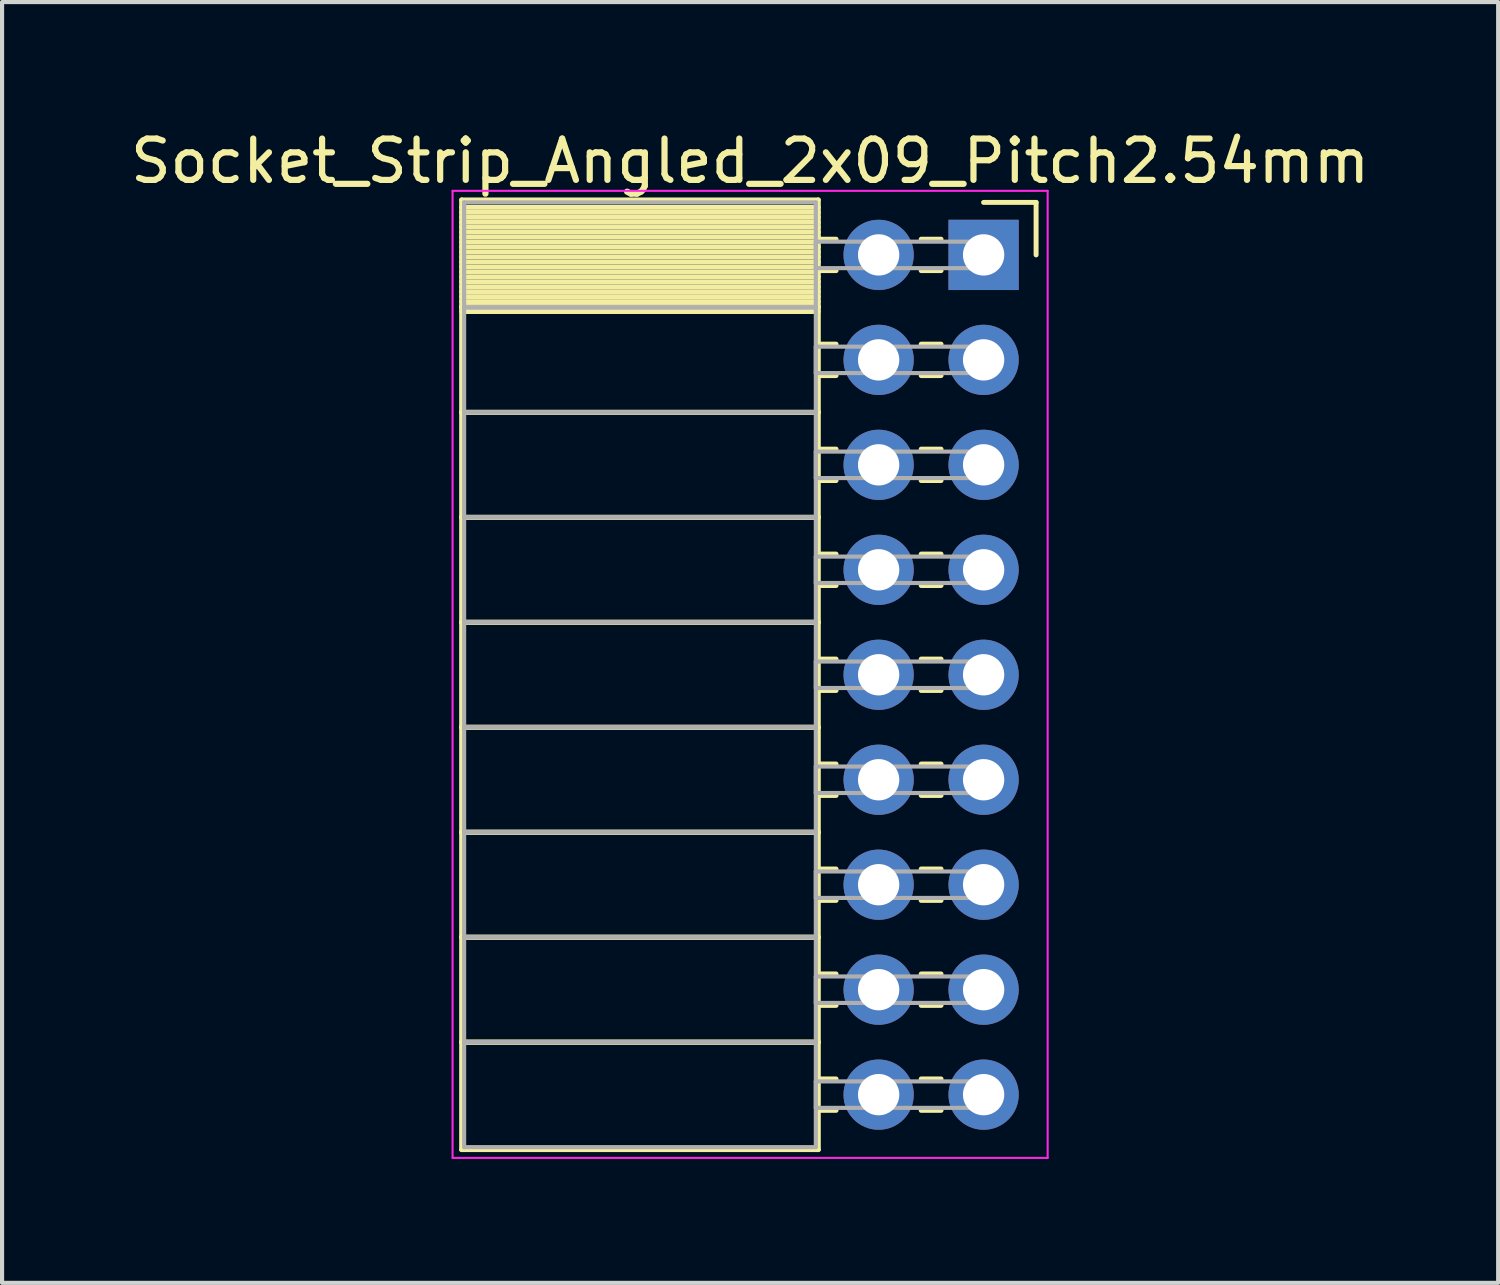
<source format=kicad_pcb>
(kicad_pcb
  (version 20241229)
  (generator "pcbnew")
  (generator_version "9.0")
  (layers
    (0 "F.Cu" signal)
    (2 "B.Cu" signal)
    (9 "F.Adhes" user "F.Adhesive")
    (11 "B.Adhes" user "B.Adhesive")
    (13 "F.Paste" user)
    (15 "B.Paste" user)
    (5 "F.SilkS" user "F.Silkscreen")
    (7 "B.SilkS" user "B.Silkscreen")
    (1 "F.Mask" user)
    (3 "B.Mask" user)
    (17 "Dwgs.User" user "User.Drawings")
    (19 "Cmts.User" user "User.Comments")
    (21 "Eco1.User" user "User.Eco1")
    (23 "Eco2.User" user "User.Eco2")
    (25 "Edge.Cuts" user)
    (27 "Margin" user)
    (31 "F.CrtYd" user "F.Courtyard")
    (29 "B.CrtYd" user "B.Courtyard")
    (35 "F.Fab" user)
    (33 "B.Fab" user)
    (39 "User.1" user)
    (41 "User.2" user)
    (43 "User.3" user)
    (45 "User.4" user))
  (footprint "Socket_Strip_Angled_2x09_Pitch2.54mm"
    (layer "F.Cu")
    (at 20.751 3.118)
    (property "Reference" "Socket_Strip_Angled_2x09_Pitch2.54mm" (at -5.65 -2.27 0) (layer "F.SilkS") (effects (font (size 1 1) (thickness 0.15))))
    (attr through_hole)
    (fp_line (start -12.63 -1.33) (end -4 -1.33) (stroke (width 0.12) (type solid)) (layer "F.SilkS"))
    (fp_line (start -12.63 1.27) (end -12.63 -1.33) (stroke (width 0.12) (type solid)) (layer "F.SilkS"))
    (fp_line (start -12.63 1.27) (end -4 1.27) (stroke (width 0.12) (type solid)) (layer "F.SilkS"))
    (fp_line (start -12.63 3.81) (end -12.63 1.27) (stroke (width 0.12) (type solid)) (layer "F.SilkS"))
    (fp_line (start -12.63 3.81) (end -4 3.81) (stroke (width 0.12) (type solid)) (layer "F.SilkS"))
    (fp_line (start -12.63 6.35) (end -12.63 3.81) (stroke (width 0.12) (type solid)) (layer "F.SilkS"))
    (fp_line (start -12.63 6.35) (end -4 6.35) (stroke (width 0.12) (type solid)) (layer "F.SilkS"))
    (fp_line (start -12.63 8.89) (end -12.63 6.35) (stroke (width 0.12) (type solid)) (layer "F.SilkS"))
    (fp_line (start -12.63 8.89) (end -4 8.89) (stroke (width 0.12) (type solid)) (layer "F.SilkS"))
    (fp_line (start -12.63 11.43) (end -12.63 8.89) (stroke (width 0.12) (type solid)) (layer "F.SilkS"))
    (fp_line (start -12.63 11.43) (end -4 11.43) (stroke (width 0.12) (type solid)) (layer "F.SilkS"))
    (fp_line (start -12.63 13.97) (end -12.63 11.43) (stroke (width 0.12) (type solid)) (layer "F.SilkS"))
    (fp_line (start -12.63 13.97) (end -4 13.97) (stroke (width 0.12) (type solid)) (layer "F.SilkS"))
    (fp_line (start -12.63 16.51) (end -12.63 13.97) (stroke (width 0.12) (type solid)) (layer "F.SilkS"))
    (fp_line (start -12.63 16.51) (end -4 16.51) (stroke (width 0.12) (type solid)) (layer "F.SilkS"))
    (fp_line (start -12.63 19.05) (end -12.63 16.51) (stroke (width 0.12) (type solid)) (layer "F.SilkS"))
    (fp_line (start -12.63 19.05) (end -4 19.05) (stroke (width 0.12) (type solid)) (layer "F.SilkS"))
    (fp_line (start -12.63 21.65) (end -12.63 19.05) (stroke (width 0.12) (type solid)) (layer "F.SilkS"))
    (fp_line (start -4 -1.33) (end -4 1.27) (stroke (width 0.12) (type solid)) (layer "F.SilkS"))
    (fp_line (start -4 -1.15) (end -12.63 -1.15) (stroke (width 0.12) (type solid)) (layer "F.SilkS"))
    (fp_line (start -4 -1.03) (end -12.63 -1.03) (stroke (width 0.12) (type solid)) (layer "F.SilkS"))
    (fp_line (start -4 -0.91) (end -12.63 -0.91) (stroke (width 0.12) (type solid)) (layer "F.SilkS"))
    (fp_line (start -4 -0.79) (end -12.63 -0.79) (stroke (width 0.12) (type solid)) (layer "F.SilkS"))
    (fp_line (start -4 -0.67) (end -12.63 -0.67) (stroke (width 0.12) (type solid)) (layer "F.SilkS"))
    (fp_line (start -4 -0.55) (end -12.63 -0.55) (stroke (width 0.12) (type solid)) (layer "F.SilkS"))
    (fp_line (start -4 -0.43) (end -12.63 -0.43) (stroke (width 0.12) (type solid)) (layer "F.SilkS"))
    (fp_line (start -4 -0.31) (end -12.63 -0.31) (stroke (width 0.12) (type solid)) (layer "F.SilkS"))
    (fp_line (start -4 -0.19) (end -12.63 -0.19) (stroke (width 0.12) (type solid)) (layer "F.SilkS"))
    (fp_line (start -4 -0.07) (end -12.63 -0.07) (stroke (width 0.12) (type solid)) (layer "F.SilkS"))
    (fp_line (start -4 0.05) (end -12.63 0.05) (stroke (width 0.12) (type solid)) (layer "F.SilkS"))
    (fp_line (start -4 0.17) (end -12.63 0.17) (stroke (width 0.12) (type solid)) (layer "F.SilkS"))
    (fp_line (start -4 0.29) (end -12.63 0.29) (stroke (width 0.12) (type solid)) (layer "F.SilkS"))
    (fp_line (start -4 0.41) (end -12.63 0.41) (stroke (width 0.12) (type solid)) (layer "F.SilkS"))
    (fp_line (start -4 0.53) (end -12.63 0.53) (stroke (width 0.12) (type solid)) (layer "F.SilkS"))
    (fp_line (start -4 0.65) (end -12.63 0.65) (stroke (width 0.12) (type solid)) (layer "F.SilkS"))
    (fp_line (start -4 0.77) (end -12.63 0.77) (stroke (width 0.12) (type solid)) (layer "F.SilkS"))
    (fp_line (start -4 0.89) (end -12.63 0.89) (stroke (width 0.12) (type solid)) (layer "F.SilkS"))
    (fp_line (start -4 1.01) (end -12.63 1.01) (stroke (width 0.12) (type solid)) (layer "F.SilkS"))
    (fp_line (start -4 1.13) (end -12.63 1.13) (stroke (width 0.12) (type solid)) (layer "F.SilkS"))
    (fp_line (start -4 1.25) (end -12.63 1.25) (stroke (width 0.12) (type solid)) (layer "F.SilkS"))
    (fp_line (start -4 1.27) (end -12.63 1.27) (stroke (width 0.12) (type solid)) (layer "F.SilkS"))
    (fp_line (start -4 1.27) (end -4 3.81) (stroke (width 0.12) (type solid)) (layer "F.SilkS"))
    (fp_line (start -4 1.37) (end -12.63 1.37) (stroke (width 0.12) (type solid)) (layer "F.SilkS"))
    (fp_line (start -4 3.81) (end -12.63 3.81) (stroke (width 0.12) (type solid)) (layer "F.SilkS"))
    (fp_line (start -4 3.81) (end -4 6.35) (stroke (width 0.12) (type solid)) (layer "F.SilkS"))
    (fp_line (start -4 6.35) (end -12.63 6.35) (stroke (width 0.12) (type solid)) (layer "F.SilkS"))
    (fp_line (start -4 6.35) (end -4 8.89) (stroke (width 0.12) (type solid)) (layer "F.SilkS"))
    (fp_line (start -4 8.89) (end -12.63 8.89) (stroke (width 0.12) (type solid)) (layer "F.SilkS"))
    (fp_line (start -4 8.89) (end -4 11.43) (stroke (width 0.12) (type solid)) (layer "F.SilkS"))
    (fp_line (start -4 11.43) (end -12.63 11.43) (stroke (width 0.12) (type solid)) (layer "F.SilkS"))
    (fp_line (start -4 11.43) (end -4 13.97) (stroke (width 0.12) (type solid)) (layer "F.SilkS"))
    (fp_line (start -4 13.97) (end -12.63 13.97) (stroke (width 0.12) (type solid)) (layer "F.SilkS"))
    (fp_line (start -4 13.97) (end -4 16.51) (stroke (width 0.12) (type solid)) (layer "F.SilkS"))
    (fp_line (start -4 16.51) (end -12.63 16.51) (stroke (width 0.12) (type solid)) (layer "F.SilkS"))
    (fp_line (start -4 16.51) (end -4 19.05) (stroke (width 0.12) (type solid)) (layer "F.SilkS"))
    (fp_line (start -4 19.05) (end -12.63 19.05) (stroke (width 0.12) (type solid)) (layer "F.SilkS"))
    (fp_line (start -4 19.05) (end -4 21.65) (stroke (width 0.12) (type solid)) (layer "F.SilkS"))
    (fp_line (start -4 21.65) (end -12.63 21.65) (stroke (width 0.12) (type solid)) (layer "F.SilkS"))
    (fp_line (start -3.57 -0.38) (end -4 -0.38) (stroke (width 0.12) (type solid)) (layer "F.SilkS"))
    (fp_line (start -3.57 0.38) (end -4 0.38) (stroke (width 0.12) (type solid)) (layer "F.SilkS"))
    (fp_line (start -3.57 2.16) (end -4 2.16) (stroke (width 0.12) (type solid)) (layer "F.SilkS"))
    (fp_line (start -3.57 2.92) (end -4 2.92) (stroke (width 0.12) (type solid)) (layer "F.SilkS"))
    (fp_line (start -3.57 4.7) (end -4 4.7) (stroke (width 0.12) (type solid)) (layer "F.SilkS"))
    (fp_line (start -3.57 5.46) (end -4 5.46) (stroke (width 0.12) (type solid)) (layer "F.SilkS"))
    (fp_line (start -3.57 7.24) (end -4 7.24) (stroke (width 0.12) (type solid)) (layer "F.SilkS"))
    (fp_line (start -3.57 8) (end -4 8) (stroke (width 0.12) (type solid)) (layer "F.SilkS"))
    (fp_line (start -3.57 9.78) (end -4 9.78) (stroke (width 0.12) (type solid)) (layer "F.SilkS"))
    (fp_line (start -3.57 10.54) (end -4 10.54) (stroke (width 0.12) (type solid)) (layer "F.SilkS"))
    (fp_line (start -3.57 12.32) (end -4 12.32) (stroke (width 0.12) (type solid)) (layer "F.SilkS"))
    (fp_line (start -3.57 13.08) (end -4 13.08) (stroke (width 0.12) (type solid)) (layer "F.SilkS"))
    (fp_line (start -3.57 14.86) (end -4 14.86) (stroke (width 0.12) (type solid)) (layer "F.SilkS"))
    (fp_line (start -3.57 15.62) (end -4 15.62) (stroke (width 0.12) (type solid)) (layer "F.SilkS"))
    (fp_line (start -3.57 17.4) (end -4 17.4) (stroke (width 0.12) (type solid)) (layer "F.SilkS"))
    (fp_line (start -3.57 18.16) (end -4 18.16) (stroke (width 0.12) (type solid)) (layer "F.SilkS"))
    (fp_line (start -3.57 19.94) (end -4 19.94) (stroke (width 0.12) (type solid)) (layer "F.SilkS"))
    (fp_line (start -3.57 20.7) (end -4 20.7) (stroke (width 0.12) (type solid)) (layer "F.SilkS"))
    (fp_line (start -1.03 -0.38) (end -1.51 -0.38) (stroke (width 0.12) (type solid)) (layer "F.SilkS"))
    (fp_line (start -1.03 0.38) (end -1.51 0.38) (stroke (width 0.12) (type solid)) (layer "F.SilkS"))
    (fp_line (start -1.03 2.16) (end -1.51 2.16) (stroke (width 0.12) (type solid)) (layer "F.SilkS"))
    (fp_line (start -1.03 2.92) (end -1.51 2.92) (stroke (width 0.12) (type solid)) (layer "F.SilkS"))
    (fp_line (start -1.03 4.7) (end -1.51 4.7) (stroke (width 0.12) (type solid)) (layer "F.SilkS"))
    (fp_line (start -1.03 5.46) (end -1.51 5.46) (stroke (width 0.12) (type solid)) (layer "F.SilkS"))
    (fp_line (start -1.03 7.24) (end -1.51 7.24) (stroke (width 0.12) (type solid)) (layer "F.SilkS"))
    (fp_line (start -1.03 8) (end -1.51 8) (stroke (width 0.12) (type solid)) (layer "F.SilkS"))
    (fp_line (start -1.03 9.78) (end -1.51 9.78) (stroke (width 0.12) (type solid)) (layer "F.SilkS"))
    (fp_line (start -1.03 10.54) (end -1.51 10.54) (stroke (width 0.12) (type solid)) (layer "F.SilkS"))
    (fp_line (start -1.03 12.32) (end -1.51 12.32) (stroke (width 0.12) (type solid)) (layer "F.SilkS"))
    (fp_line (start -1.03 13.08) (end -1.51 13.08) (stroke (width 0.12) (type solid)) (layer "F.SilkS"))
    (fp_line (start -1.03 14.86) (end -1.51 14.86) (stroke (width 0.12) (type solid)) (layer "F.SilkS"))
    (fp_line (start -1.03 15.62) (end -1.51 15.62) (stroke (width 0.12) (type solid)) (layer "F.SilkS"))
    (fp_line (start -1.03 17.4) (end -1.51 17.4) (stroke (width 0.12) (type solid)) (layer "F.SilkS"))
    (fp_line (start -1.03 18.16) (end -1.51 18.16) (stroke (width 0.12) (type solid)) (layer "F.SilkS"))
    (fp_line (start -1.03 19.94) (end -1.51 19.94) (stroke (width 0.12) (type solid)) (layer "F.SilkS"))
    (fp_line (start -1.03 20.7) (end -1.51 20.7) (stroke (width 0.12) (type solid)) (layer "F.SilkS"))
    (fp_line (start 0 -1.27) (end 1.27 -1.27) (stroke (width 0.12) (type solid)) (layer "F.SilkS"))
    (fp_line (start 1.27 -1.27) (end 1.27 0) (stroke (width 0.12) (type solid)) (layer "F.SilkS"))
    (fp_line (start -12.85 -1.55) (end 1.55 -1.55) (stroke (width 0.05) (type solid)) (layer "F.CrtYd"))
    (fp_line (start -12.85 21.85) (end -12.85 -1.55) (stroke (width 0.05) (type solid)) (layer "F.CrtYd"))
    (fp_line (start 1.55 -1.55) (end 1.55 21.85) (stroke (width 0.05) (type solid)) (layer "F.CrtYd"))
    (fp_line (start 1.55 21.85) (end -12.85 21.85) (stroke (width 0.05) (type solid)) (layer "F.CrtYd"))
    (fp_line (start -12.57 -1.27) (end -4.06 -1.27) (stroke (width 0.1) (type solid)) (layer "F.Fab"))
    (fp_line (start -12.57 1.27) (end -12.57 -1.27) (stroke (width 0.1) (type solid)) (layer "F.Fab"))
    (fp_line (start -12.57 1.27) (end -4.06 1.27) (stroke (width 0.1) (type solid)) (layer "F.Fab"))
    (fp_line (start -12.57 3.81) (end -12.57 1.27) (stroke (width 0.1) (type solid)) (layer "F.Fab"))
    (fp_line (start -12.57 3.81) (end -4.06 3.81) (stroke (width 0.1) (type solid)) (layer "F.Fab"))
    (fp_line (start -12.57 6.35) (end -12.57 3.81) (stroke (width 0.1) (type solid)) (layer "F.Fab"))
    (fp_line (start -12.57 6.35) (end -4.06 6.35) (stroke (width 0.1) (type solid)) (layer "F.Fab"))
    (fp_line (start -12.57 8.89) (end -12.57 6.35) (stroke (width 0.1) (type solid)) (layer "F.Fab"))
    (fp_line (start -12.57 8.89) (end -4.06 8.89) (stroke (width 0.1) (type solid)) (layer "F.Fab"))
    (fp_line (start -12.57 11.43) (end -12.57 8.89) (stroke (width 0.1) (type solid)) (layer "F.Fab"))
    (fp_line (start -12.57 11.43) (end -4.06 11.43) (stroke (width 0.1) (type solid)) (layer "F.Fab"))
    (fp_line (start -12.57 13.97) (end -12.57 11.43) (stroke (width 0.1) (type solid)) (layer "F.Fab"))
    (fp_line (start -12.57 13.97) (end -4.06 13.97) (stroke (width 0.1) (type solid)) (layer "F.Fab"))
    (fp_line (start -12.57 16.51) (end -12.57 13.97) (stroke (width 0.1) (type solid)) (layer "F.Fab"))
    (fp_line (start -12.57 16.51) (end -4.06 16.51) (stroke (width 0.1) (type solid)) (layer "F.Fab"))
    (fp_line (start -12.57 19.05) (end -12.57 16.51) (stroke (width 0.1) (type solid)) (layer "F.Fab"))
    (fp_line (start -12.57 19.05) (end -4.06 19.05) (stroke (width 0.1) (type solid)) (layer "F.Fab"))
    (fp_line (start -12.57 21.59) (end -12.57 19.05) (stroke (width 0.1) (type solid)) (layer "F.Fab"))
    (fp_line (start -4.06 -1.27) (end -4.06 1.27) (stroke (width 0.1) (type solid)) (layer "F.Fab"))
    (fp_line (start -4.06 -0.32) (end 0 -0.32) (stroke (width 0.1) (type solid)) (layer "F.Fab"))
    (fp_line (start -4.06 0.32) (end -4.06 -0.32) (stroke (width 0.1) (type solid)) (layer "F.Fab"))
    (fp_line (start -4.06 1.27) (end -12.57 1.27) (stroke (width 0.1) (type solid)) (layer "F.Fab"))
    (fp_line (start -4.06 1.27) (end -4.06 3.81) (stroke (width 0.1) (type solid)) (layer "F.Fab"))
    (fp_line (start -4.06 2.22) (end 0 2.22) (stroke (width 0.1) (type solid)) (layer "F.Fab"))
    (fp_line (start -4.06 2.86) (end -4.06 2.22) (stroke (width 0.1) (type solid)) (layer "F.Fab"))
    (fp_line (start -4.06 3.81) (end -12.57 3.81) (stroke (width 0.1) (type solid)) (layer "F.Fab"))
    (fp_line (start -4.06 3.81) (end -4.06 6.35) (stroke (width 0.1) (type solid)) (layer "F.Fab"))
    (fp_line (start -4.06 4.76) (end 0 4.76) (stroke (width 0.1) (type solid)) (layer "F.Fab"))
    (fp_line (start -4.06 5.4) (end -4.06 4.76) (stroke (width 0.1) (type solid)) (layer "F.Fab"))
    (fp_line (start -4.06 6.35) (end -12.57 6.35) (stroke (width 0.1) (type solid)) (layer "F.Fab"))
    (fp_line (start -4.06 6.35) (end -4.06 8.89) (stroke (width 0.1) (type solid)) (layer "F.Fab"))
    (fp_line (start -4.06 7.3) (end 0 7.3) (stroke (width 0.1) (type solid)) (layer "F.Fab"))
    (fp_line (start -4.06 7.94) (end -4.06 7.3) (stroke (width 0.1) (type solid)) (layer "F.Fab"))
    (fp_line (start -4.06 8.89) (end -12.57 8.89) (stroke (width 0.1) (type solid)) (layer "F.Fab"))
    (fp_line (start -4.06 8.89) (end -4.06 11.43) (stroke (width 0.1) (type solid)) (layer "F.Fab"))
    (fp_line (start -4.06 9.84) (end 0 9.84) (stroke (width 0.1) (type solid)) (layer "F.Fab"))
    (fp_line (start -4.06 10.48) (end -4.06 9.84) (stroke (width 0.1) (type solid)) (layer "F.Fab"))
    (fp_line (start -4.06 11.43) (end -12.57 11.43) (stroke (width 0.1) (type solid)) (layer "F.Fab"))
    (fp_line (start -4.06 11.43) (end -4.06 13.97) (stroke (width 0.1) (type solid)) (layer "F.Fab"))
    (fp_line (start -4.06 12.38) (end 0 12.38) (stroke (width 0.1) (type solid)) (layer "F.Fab"))
    (fp_line (start -4.06 13.02) (end -4.06 12.38) (stroke (width 0.1) (type solid)) (layer "F.Fab"))
    (fp_line (start -4.06 13.97) (end -12.57 13.97) (stroke (width 0.1) (type solid)) (layer "F.Fab"))
    (fp_line (start -4.06 13.97) (end -4.06 16.51) (stroke (width 0.1) (type solid)) (layer "F.Fab"))
    (fp_line (start -4.06 14.92) (end 0 14.92) (stroke (width 0.1) (type solid)) (layer "F.Fab"))
    (fp_line (start -4.06 15.56) (end -4.06 14.92) (stroke (width 0.1) (type solid)) (layer "F.Fab"))
    (fp_line (start -4.06 16.51) (end -12.57 16.51) (stroke (width 0.1) (type solid)) (layer "F.Fab"))
    (fp_line (start -4.06 16.51) (end -4.06 19.05) (stroke (width 0.1) (type solid)) (layer "F.Fab"))
    (fp_line (start -4.06 17.46) (end 0 17.46) (stroke (width 0.1) (type solid)) (layer "F.Fab"))
    (fp_line (start -4.06 18.1) (end -4.06 17.46) (stroke (width 0.1) (type solid)) (layer "F.Fab"))
    (fp_line (start -4.06 19.05) (end -12.57 19.05) (stroke (width 0.1) (type solid)) (layer "F.Fab"))
    (fp_line (start -4.06 19.05) (end -4.06 21.59) (stroke (width 0.1) (type solid)) (layer "F.Fab"))
    (fp_line (start -4.06 20) (end 0 20) (stroke (width 0.1) (type solid)) (layer "F.Fab"))
    (fp_line (start -4.06 20.64) (end -4.06 20) (stroke (width 0.1) (type solid)) (layer "F.Fab"))
    (fp_line (start -4.06 21.59) (end -12.57 21.59) (stroke (width 0.1) (type solid)) (layer "F.Fab"))
    (fp_line (start 0 -0.32) (end 0 0.32) (stroke (width 0.1) (type solid)) (layer "F.Fab"))
    (fp_line (start 0 0.32) (end -4.06 0.32) (stroke (width 0.1) (type solid)) (layer "F.Fab"))
    (fp_line (start 0 2.22) (end 0 2.86) (stroke (width 0.1) (type solid)) (layer "F.Fab"))
    (fp_line (start 0 2.86) (end -4.06 2.86) (stroke (width 0.1) (type solid)) (layer "F.Fab"))
    (fp_line (start 0 4.76) (end 0 5.4) (stroke (width 0.1) (type solid)) (layer "F.Fab"))
    (fp_line (start 0 5.4) (end -4.06 5.4) (stroke (width 0.1) (type solid)) (layer "F.Fab"))
    (fp_line (start 0 7.3) (end 0 7.94) (stroke (width 0.1) (type solid)) (layer "F.Fab"))
    (fp_line (start 0 7.94) (end -4.06 7.94) (stroke (width 0.1) (type solid)) (layer "F.Fab"))
    (fp_line (start 0 9.84) (end 0 10.48) (stroke (width 0.1) (type solid)) (layer "F.Fab"))
    (fp_line (start 0 10.48) (end -4.06 10.48) (stroke (width 0.1) (type solid)) (layer "F.Fab"))
    (fp_line (start 0 12.38) (end 0 13.02) (stroke (width 0.1) (type solid)) (layer "F.Fab"))
    (fp_line (start 0 13.02) (end -4.06 13.02) (stroke (width 0.1) (type solid)) (layer "F.Fab"))
    (fp_line (start 0 14.92) (end 0 15.56) (stroke (width 0.1) (type solid)) (layer "F.Fab"))
    (fp_line (start 0 15.56) (end -4.06 15.56) (stroke (width 0.1) (type solid)) (layer "F.Fab"))
    (fp_line (start 0 17.46) (end 0 18.1) (stroke (width 0.1) (type solid)) (layer "F.Fab"))
    (fp_line (start 0 18.1) (end -4.06 18.1) (stroke (width 0.1) (type solid)) (layer "F.Fab"))
    (fp_line (start 0 20) (end 0 20.64) (stroke (width 0.1) (type solid)) (layer "F.Fab"))
    (fp_line (start 0 20.64) (end -4.06 20.64) (stroke (width 0.1) (type solid)) (layer "F.Fab"))
    (pad "1" thru_hole rect (at 0 0) (size 1.7 1.7) (drill 1) (layers "*.Cu" "*.Mask"))
    (pad "2" thru_hole oval (at -2.54 0) (size 1.7 1.7) (drill 1) (layers "*.Cu" "*.Mask"))
    (pad "3" thru_hole oval (at 0 2.54) (size 1.7 1.7) (drill 1) (layers "*.Cu" "*.Mask"))
    (pad "4" thru_hole oval (at -2.54 2.54) (size 1.7 1.7) (drill 1) (layers "*.Cu" "*.Mask"))
    (pad "5" thru_hole oval (at 0 5.08) (size 1.7 1.7) (drill 1) (layers "*.Cu" "*.Mask"))
    (pad "6" thru_hole oval (at -2.54 5.08) (size 1.7 1.7) (drill 1) (layers "*.Cu" "*.Mask"))
    (pad "7" thru_hole oval (at 0 7.62) (size 1.7 1.7) (drill 1) (layers "*.Cu" "*.Mask"))
    (pad "8" thru_hole oval (at -2.54 7.62) (size 1.7 1.7) (drill 1) (layers "*.Cu" "*.Mask"))
    (pad "9" thru_hole oval (at 0 10.16) (size 1.7 1.7) (drill 1) (layers "*.Cu" "*.Mask"))
    (pad "10" thru_hole oval (at -2.54 10.16) (size 1.7 1.7) (drill 1) (layers "*.Cu" "*.Mask"))
    (pad "11" thru_hole oval (at 0 12.7) (size 1.7 1.7) (drill 1) (layers "*.Cu" "*.Mask"))
    (pad "12" thru_hole oval (at -2.54 12.7) (size 1.7 1.7) (drill 1) (layers "*.Cu" "*.Mask"))
    (pad "13" thru_hole oval (at 0 15.24) (size 1.7 1.7) (drill 1) (layers "*.Cu" "*.Mask"))
    (pad "14" thru_hole oval (at -2.54 15.24) (size 1.7 1.7) (drill 1) (layers "*.Cu" "*.Mask"))
    (pad "15" thru_hole oval (at 0 17.78) (size 1.7 1.7) (drill 1) (layers "*.Cu" "*.Mask"))
    (pad "16" thru_hole oval (at -2.54 17.78) (size 1.7 1.7) (drill 1) (layers "*.Cu" "*.Mask"))
    (pad "17" thru_hole oval (at 0 20.32) (size 1.7 1.7) (drill 1) (layers "*.Cu" "*.Mask"))
    (pad "18" thru_hole oval (at -2.54 20.32) (size 1.7 1.7) (drill 1) (layers "*.Cu" "*.Mask")))
  (gr_rect
    (start -3 -3)
    (end 33.202 27.993)
    (stroke (width 0.1) (type default))
    (fill no)
    (layer "Edge.Cuts")))
</source>
